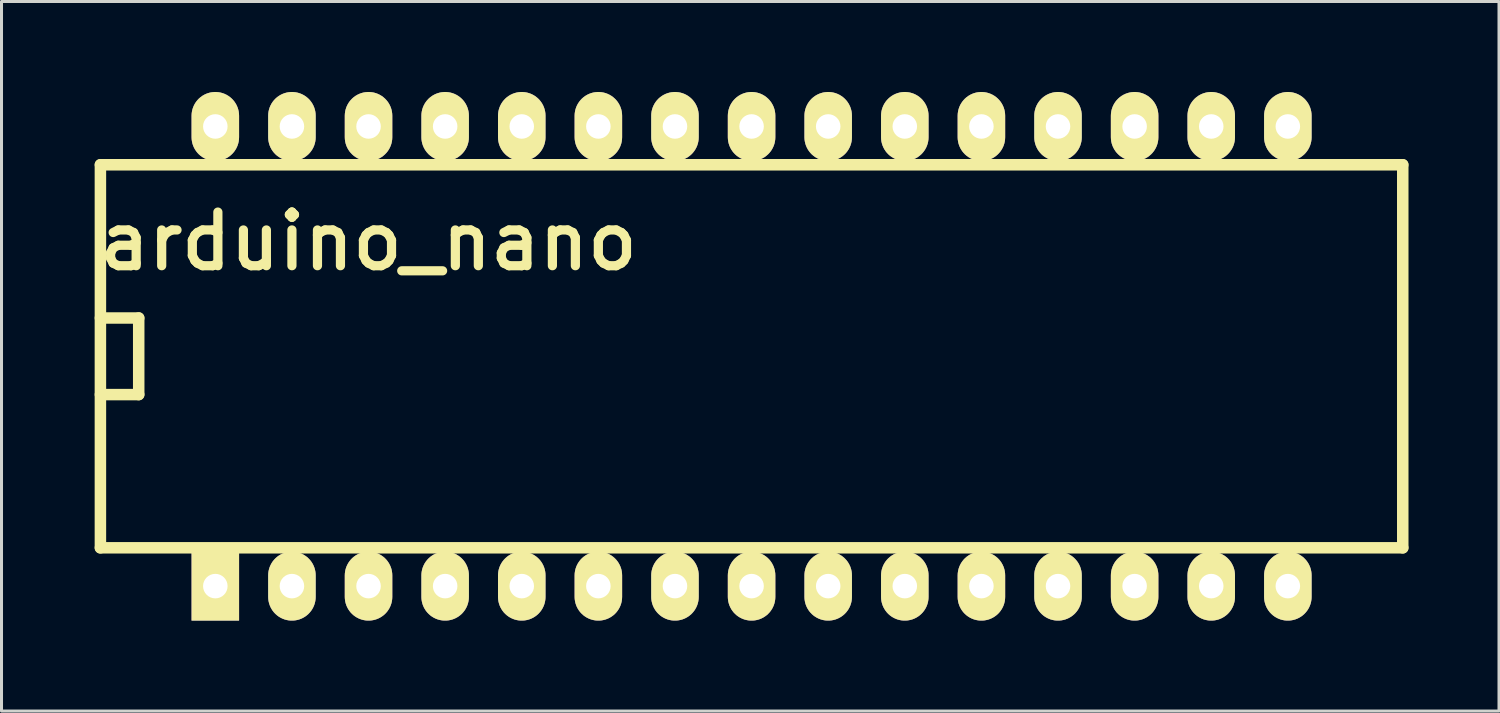
<source format=kicad_pcb>
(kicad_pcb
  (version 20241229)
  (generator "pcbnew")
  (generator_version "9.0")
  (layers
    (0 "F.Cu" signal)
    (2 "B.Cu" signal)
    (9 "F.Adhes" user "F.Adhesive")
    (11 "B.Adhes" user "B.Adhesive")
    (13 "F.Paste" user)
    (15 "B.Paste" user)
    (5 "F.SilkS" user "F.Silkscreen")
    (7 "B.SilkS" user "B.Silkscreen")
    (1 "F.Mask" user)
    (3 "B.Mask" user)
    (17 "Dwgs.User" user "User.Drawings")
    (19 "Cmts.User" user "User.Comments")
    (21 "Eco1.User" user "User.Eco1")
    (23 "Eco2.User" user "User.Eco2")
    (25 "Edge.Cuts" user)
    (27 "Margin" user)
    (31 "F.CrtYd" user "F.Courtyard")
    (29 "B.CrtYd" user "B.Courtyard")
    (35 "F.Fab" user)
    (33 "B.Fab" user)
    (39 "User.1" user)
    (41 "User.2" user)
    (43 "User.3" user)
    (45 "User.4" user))
  (footprint "arduino_nano"
    (layer "F.Cu")
    (at 23.139 8.763)
    (property "Reference" "arduino_nano" (at -13.97 -3.81 0) (layer "F.SilkS") (effects (font (size 1.778 1.778) (thickness 0.305))))
    (attr through_hole)
    (fp_line (start -22.86 -6.35) (end 20.32 -6.35) (stroke (width 0.381) (type solid)) (layer "F.SilkS"))
    (fp_line (start -22.86 1.27) (end -21.59 1.27) (stroke (width 0.381) (type solid)) (layer "F.SilkS"))
    (fp_line (start -22.86 6.35) (end -22.86 -6.35) (stroke (width 0.381) (type solid)) (layer "F.SilkS"))
    (fp_line (start -21.59 -1.27) (end -22.86 -1.27) (stroke (width 0.381) (type solid)) (layer "F.SilkS"))
    (fp_line (start -21.59 1.27) (end -21.59 -1.27) (stroke (width 0.381) (type solid)) (layer "F.SilkS"))
    (fp_line (start 20.32 -6.35) (end 20.32 6.35) (stroke (width 0.381) (type solid)) (layer "F.SilkS"))
    (fp_line (start 20.32 6.35) (end -22.86 6.35) (stroke (width 0.381) (type solid)) (layer "F.SilkS"))
    (pad "1" thru_hole rect (at -19.05 7.62) (size 1.575 2.286) (drill 0.813) (layers "*.Cu" "*.Mask" "F.SilkS"))
    (pad "2" thru_hole oval (at -16.51 7.62) (size 1.575 2.286) (drill 0.813) (layers "*.Cu" "*.Mask" "F.SilkS"))
    (pad "3" thru_hole oval (at -13.97 7.62) (size 1.575 2.286) (drill 0.813) (layers "*.Cu" "*.Mask" "F.SilkS"))
    (pad "4" thru_hole oval (at -11.43 7.62) (size 1.575 2.286) (drill 0.813) (layers "*.Cu" "*.Mask" "F.SilkS"))
    (pad "5" thru_hole oval (at -8.89 7.62) (size 1.575 2.286) (drill 0.813) (layers "*.Cu" "*.Mask" "F.SilkS"))
    (pad "6" thru_hole oval (at -6.35 7.62) (size 1.575 2.286) (drill 0.813) (layers "*.Cu" "*.Mask" "F.SilkS"))
    (pad "7" thru_hole oval (at -3.81 7.62) (size 1.575 2.286) (drill 0.813) (layers "*.Cu" "*.Mask" "F.SilkS"))
    (pad "8" thru_hole oval (at -1.27 7.62) (size 1.575 2.286) (drill 0.813) (layers "*.Cu" "*.Mask" "F.SilkS"))
    (pad "9" thru_hole oval (at 1.27 7.62) (size 1.575 2.286) (drill 0.813) (layers "*.Cu" "*.Mask" "F.SilkS"))
    (pad "10" thru_hole oval (at 3.81 7.62) (size 1.575 2.286) (drill 0.813) (layers "*.Cu" "*.Mask" "F.SilkS"))
    (pad "11" thru_hole oval (at 6.35 7.62) (size 1.575 2.286) (drill 0.813) (layers "*.Cu" "*.Mask" "F.SilkS"))
    (pad "12" thru_hole oval (at 8.89 7.62) (size 1.575 2.286) (drill 0.813) (layers "*.Cu" "*.Mask" "F.SilkS"))
    (pad "13" thru_hole oval (at 11.43 7.62) (size 1.575 2.286) (drill 0.813) (layers "*.Cu" "*.Mask" "F.SilkS"))
    (pad "14" thru_hole oval (at 13.97 7.62) (size 1.575 2.286) (drill 0.813) (layers "*.Cu" "*.Mask" "F.SilkS"))
    (pad "15" thru_hole oval (at 16.51 7.62) (size 1.575 2.286) (drill 0.813) (layers "*.Cu" "*.Mask" "F.SilkS"))
    (pad "16" thru_hole oval (at 16.51 -7.62) (size 1.575 2.286) (drill 0.813) (layers "*.Cu" "*.Mask" "F.SilkS"))
    (pad "17" thru_hole oval (at 13.97 -7.62) (size 1.575 2.286) (drill 0.813) (layers "*.Cu" "*.Mask" "F.SilkS"))
    (pad "18" thru_hole oval (at 11.43 -7.62) (size 1.575 2.286) (drill 0.813) (layers "*.Cu" "*.Mask" "F.SilkS"))
    (pad "19" thru_hole oval (at 8.89 -7.62) (size 1.575 2.286) (drill 0.813) (layers "*.Cu" "*.Mask" "F.SilkS"))
    (pad "20" thru_hole oval (at 6.35 -7.62) (size 1.575 2.286) (drill 0.813) (layers "*.Cu" "*.Mask" "F.SilkS"))
    (pad "21" thru_hole oval (at 3.81 -7.62) (size 1.575 2.286) (drill 0.813) (layers "*.Cu" "*.Mask" "F.SilkS"))
    (pad "22" thru_hole oval (at 1.27 -7.62) (size 1.575 2.286) (drill 0.813) (layers "*.Cu" "*.Mask" "F.SilkS"))
    (pad "23" thru_hole oval (at -1.27 -7.62) (size 1.575 2.286) (drill 0.813) (layers "*.Cu" "*.Mask" "F.SilkS"))
    (pad "24" thru_hole oval (at -3.81 -7.62) (size 1.575 2.286) (drill 0.813) (layers "*.Cu" "*.Mask" "F.SilkS"))
    (pad "25" thru_hole oval (at -6.35 -7.62) (size 1.575 2.286) (drill 0.813) (layers "*.Cu" "*.Mask" "F.SilkS"))
    (pad "26" thru_hole oval (at -8.89 -7.62) (size 1.575 2.286) (drill 0.813) (layers "*.Cu" "*.Mask" "F.SilkS"))
    (pad "27" thru_hole oval (at -11.43 -7.62) (size 1.575 2.286) (drill 0.813) (layers "*.Cu" "*.Mask" "F.SilkS"))
    (pad "28" thru_hole oval (at -13.97 -7.62) (size 1.575 2.286) (drill 0.813) (layers "*.Cu" "*.Mask" "F.SilkS"))
    (pad "29" thru_hole oval (at -16.51 -7.62) (size 1.575 2.286) (drill 0.813) (layers "*.Cu" "*.Mask" "F.SilkS"))
    (pad "30" thru_hole oval (at -19.05 -7.62) (size 1.575 2.286) (drill 0.813) (layers "*.Cu" "*.Mask" "F.SilkS")))
  (gr_rect
    (start -3 -3)
    (end 46.65 20.526)
    (stroke (width 0.1) (type default))
    (fill no)
    (layer "Edge.Cuts")))
</source>
